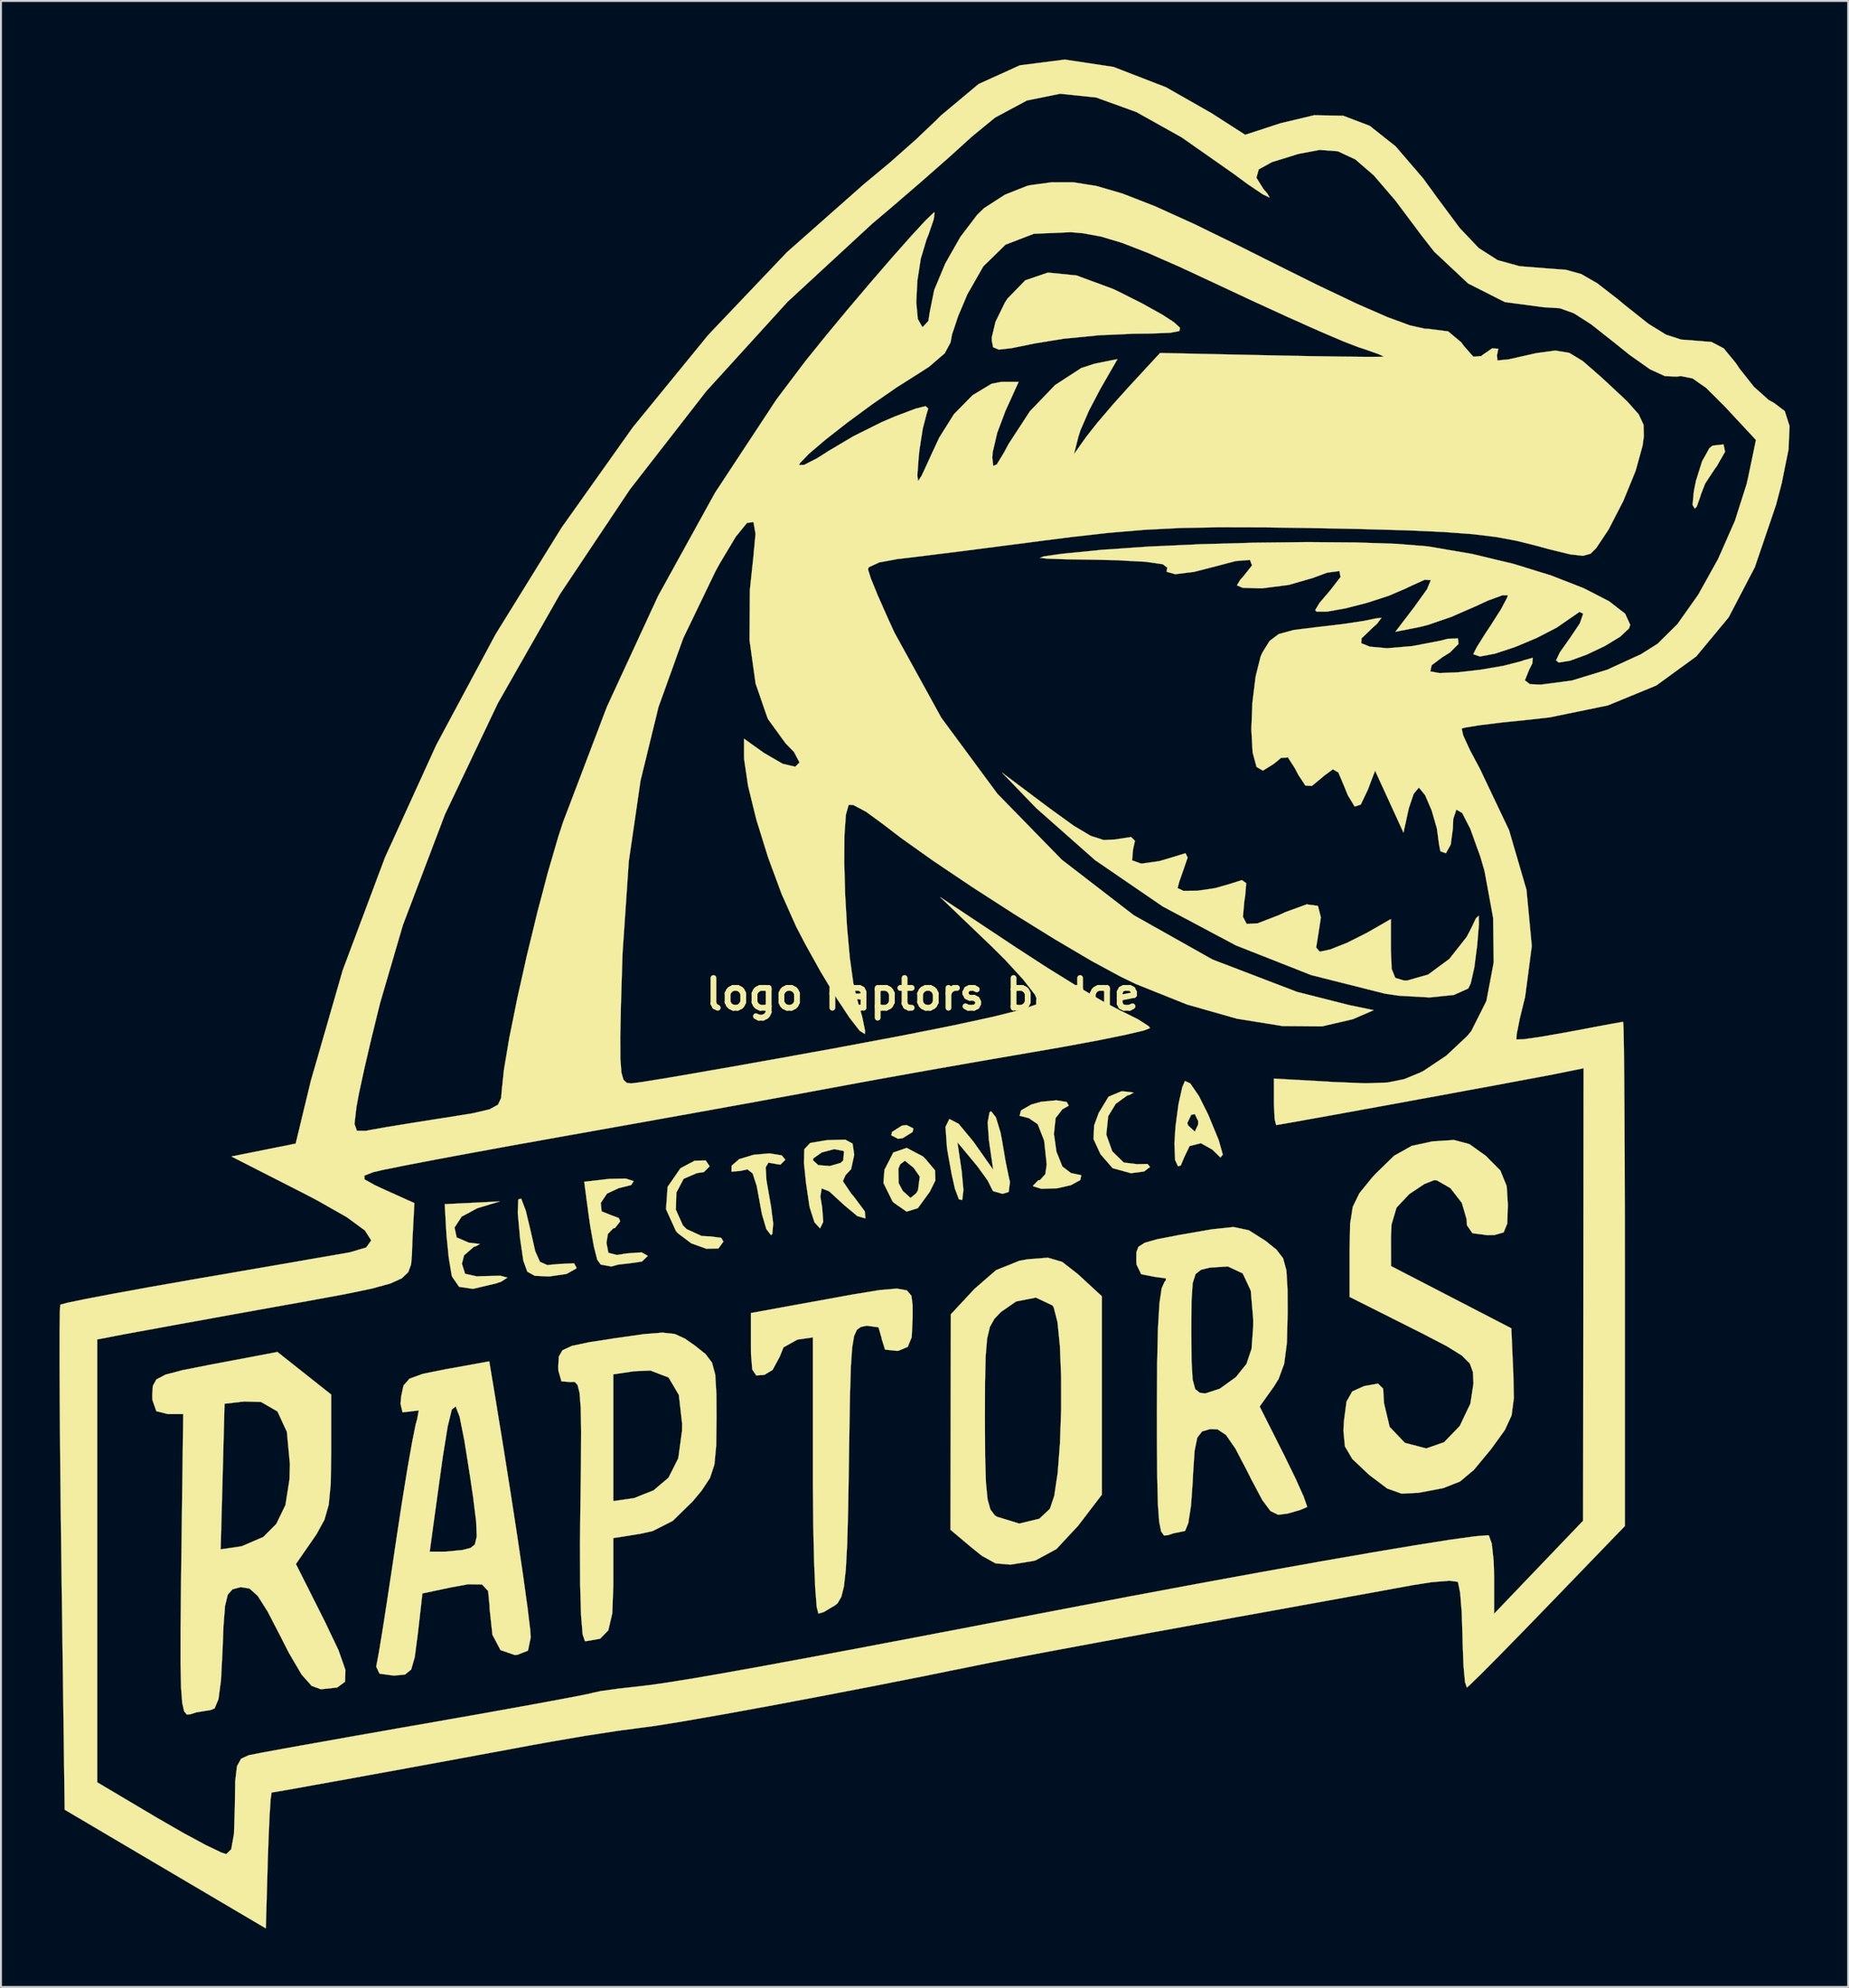
<source format=kicad_pcb>
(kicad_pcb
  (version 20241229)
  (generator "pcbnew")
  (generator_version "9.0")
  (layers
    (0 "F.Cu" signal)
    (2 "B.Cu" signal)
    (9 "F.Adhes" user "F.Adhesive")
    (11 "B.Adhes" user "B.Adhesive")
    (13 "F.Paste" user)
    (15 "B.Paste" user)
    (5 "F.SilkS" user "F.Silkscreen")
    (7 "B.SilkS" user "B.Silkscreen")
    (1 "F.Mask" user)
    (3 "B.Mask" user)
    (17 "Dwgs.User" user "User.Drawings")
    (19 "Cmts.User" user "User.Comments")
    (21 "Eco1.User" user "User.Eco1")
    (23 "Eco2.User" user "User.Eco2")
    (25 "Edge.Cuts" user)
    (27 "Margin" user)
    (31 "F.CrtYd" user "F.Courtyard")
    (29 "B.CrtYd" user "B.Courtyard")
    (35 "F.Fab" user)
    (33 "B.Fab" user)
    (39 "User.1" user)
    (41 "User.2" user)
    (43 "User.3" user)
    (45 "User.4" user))
  (footprint "logo raptors badge"
    (layer "F.Cu")
    (at 44.268 47.924)
    (property "Reference" "logo raptors badge" (at 0 0 0) (layer "F.SilkS") (effects (font (size 1.524 1.524) (thickness 0.3))))
    (attr through_hole)
    (fp_poly (pts (xy -0.492 6.879) (xy -0.529 7.056) (xy -1.038 7.377) (xy -1.276 7.408) (xy -1.625 7.232) (xy -1.587 7.056) (xy -1.079 6.734) (xy -0.84 6.703) (xy -0.492 6.879)) (stroke (width 0.01) (type solid)) (fill yes) (layer "F.SilkS"))
    (fp_poly (pts (xy 41.119 -27.814) (xy 40.697 -27.072) (xy 40.61 -26.959) (xy 40.098 -26.182) (xy 39.865 -25.579) (xy 39.864 -25.55) (xy 39.664 -24.993) (xy 39.563 -24.903) (xy 39.457 -25.094) (xy 39.522 -25.789) (xy 39.63 -26.33) (xy 39.945 -27.327) (xy 40.316 -27.996) (xy 40.476 -28.127) (xy 41.042 -28.191) (xy 41.119 -27.814)) (stroke (width 0.01) (type solid)) (fill yes) (layer "F.SilkS"))
    (fp_poly (pts (xy -20.363 11.093) (xy -20.127 12.08) (xy -19.881 13.166) (xy -19.636 13.714) (xy -19.261 13.881) (xy -18.635 13.824) (xy -17.887 13.792) (xy -17.761 14.018) (xy -17.786 14.064) (xy -18.278 14.337) (xy -19.141 14.463) (xy -19.222 14.464) (xy -19.901 14.432) (xy -20.282 14.222) (xy -20.488 13.663) (xy -20.645 12.584) (xy -20.655 12.507) (xy -20.773 11.202) (xy -20.746 10.517) (xy -20.6 10.473) (xy -20.363 11.093)) (stroke (width 0.01) (type solid)) (fill yes) (layer "F.SilkS"))
    (fp_poly (pts (xy 10.302 4.98) (xy 10.796 5.037) (xy 10.616 5.147) (xy 10.475 5.186) (xy 9.879 5.618) (xy 9.496 6.251) (xy 9.397 7.192) (xy 9.707 8.055) (xy 10.295 8.626) (xy 10.966 8.709) (xy 11.512 8.699) (xy 11.642 8.852) (xy 11.337 9.083) (xy 10.659 9.172) (xy 9.721 8.912) (xy 9.103 8.2) (xy 8.744 7.424) (xy 8.775 6.723) (xy 9.01 6.083) (xy 9.515 5.248) (xy 10.16 4.979) (xy 10.302 4.98)) (stroke (width 0.01) (type solid)) (fill yes) (layer "F.SilkS"))
    (fp_poly (pts (xy -10.936 8.819) (xy -11.23 9.111) (xy -11.604 9.172) (xy -12.272 9.461) (xy -12.641 10.164) (xy -12.669 11.039) (xy -12.311 11.844) (xy -12.117 12.039) (xy -11.347 12.391) (xy -10.882 12.413) (xy -10.345 12.486) (xy -10.231 12.678) (xy -10.487 13.031) (xy -11.11 13.044) (xy -11.878 12.767) (xy -12.567 12.249) (xy -12.67 12.128) (xy -13.173 11.015) (xy -13.09 9.87) (xy -12.439 8.928) (xy -12.414 8.908) (xy -11.707 8.532) (xy -11.136 8.52) (xy -10.936 8.819)) (stroke (width 0.01) (type solid)) (fill yes) (layer "F.SilkS"))
    (fp_poly (pts (xy -7.242 8.258) (xy -7.056 8.483) (xy -7.311 8.737) (xy -7.585 8.692) (xy -7.924 8.631) (xy -8.066 8.873) (xy -8.024 9.542) (xy -7.809 10.767) (xy -7.793 10.848) (xy -7.677 11.754) (xy -7.723 12.287) (xy -7.792 12.347) (xy -8.03 12.037) (xy -8.256 11.268) (xy -8.302 11.024) (xy -8.524 9.821) (xy -8.732 9.183) (xy -8.999 8.976) (xy -9.383 9.058) (xy -9.817 9.091) (xy -9.81 8.787) (xy -9.421 8.45) (xy -8.685 8.23) (xy -7.869 8.156) (xy -7.242 8.258)) (stroke (width 0.01) (type solid)) (fill yes) (layer "F.SilkS"))
    (fp_poly (pts (xy 7.878 -36.85) (xy 9.736 -36.164) (xy 9.989 -36.046) (xy 11.217 -35.428) (xy 12.272 -34.841) (xy 12.876 -34.447) (xy 13.176 -34.171) (xy 13.145 -34.003) (xy 12.681 -33.914) (xy 11.68 -33.876) (xy 10.76 -33.865) (xy 9.029 -33.788) (xy 7.217 -33.609) (xy 5.733 -33.369) (xy 4.541 -33.124) (xy 3.882 -33.051) (xy 3.597 -33.172) (xy 3.529 -33.511) (xy 3.528 -33.682) (xy 3.72 -34.478) (xy 4.197 -35.454) (xy 4.333 -35.667) (xy 5.247 -36.605) (xy 6.405 -36.998) (xy 7.878 -36.85)) (stroke (width 0.01) (type solid)) (fill yes) (layer "F.SilkS"))
    (fp_poly (pts (xy -0.003 8.313) (xy 0.115 8.425) (xy 0.619 9.026) (xy 0.635 9.546) (xy 0.35 10.122) (xy -0.262 10.963) (xy -0.839 11.143) (xy -1.492 10.687) (xy -1.567 10.606) (xy -2.026 9.672) (xy -1.972 8.995) (xy -1.942 8.938) (xy -1.261 8.938) (xy -1.247 9.683) (xy -1.036 10.081) (xy -0.639 10.44) (xy -0.344 10.197) (xy -0.253 10.039) (xy -0.165 9.346) (xy -0.478 8.896) (xy -0.926 8.532) (xy -1.169 8.718) (xy -1.261 8.938) (xy -1.942 8.938) (xy -1.521 8.11) (xy -0.834 7.874) (xy -0.003 8.313)) (stroke (width 0.01) (type solid)) (fill yes) (layer "F.SilkS"))
    (fp_poly (pts (xy -22.842 10.964) (xy -23.649 11.396) (xy -24.016 11.956) (xy -23.907 12.464) (xy -23.285 12.734) (xy -23.195 12.741) (xy -22.718 12.801) (xy -22.919 12.916) (xy -23.019 12.943) (xy -23.527 13.382) (xy -23.636 13.811) (xy -23.475 14.327) (xy -22.869 14.462) (xy -22.666 14.453) (xy -21.665 14.429) (xy -21.305 14.524) (xy -21.612 14.726) (xy -21.872 14.817) (xy -23.066 15.102) (xy -23.78 14.998) (xy -24.139 14.48) (xy -24.167 14.376) (xy -24.313 13.496) (xy -24.426 12.361) (xy -24.438 12.171) (xy -24.518 10.76) (xy -21.696 10.62) (xy -22.842 10.964)) (stroke (width 0.01) (type solid)) (fill yes) (layer "F.SilkS"))
    (fp_poly (pts (xy 7.367 5.52) (xy 7.473 5.709) (xy 7.144 5.899) (xy 6.801 6.343) (xy 6.714 7.154) (xy 6.843 8.072) (xy 7.149 8.831) (xy 7.595 9.171) (xy 7.626 9.172) (xy 8.118 9.279) (xy 8.064 9.524) (xy 7.577 9.788) (xy 6.879 9.945) (xy 6.067 9.97) (xy 5.657 9.845) (xy 5.644 9.807) (xy 5.915 9.533) (xy 5.997 9.525) (xy 6.271 9.226) (xy 6.345 8.731) (xy 6.215 7.506) (xy 5.883 6.658) (xy 5.427 6.35) (xy 4.953 6.229) (xy 5.027 5.953) (xy 5.553 5.651) (xy 6.054 5.51) (xy 6.841 5.435) (xy 7.367 5.52)) (stroke (width 0.01) (type solid)) (fill yes) (layer "F.SilkS"))
    (fp_poly (pts (xy 13.708 4.573) (xy 14.147 5.216) (xy 14.626 6.176) (xy 15.163 7.48) (xy 15.372 8.218) (xy 15.252 8.369) (xy 14.841 7.967) (xy 14.248 7.634) (xy 13.667 7.781) (xy 13.406 8.328) (xy 13.217 8.773) (xy 13.078 8.819) (xy 12.928 8.499) (xy 12.892 7.656) (xy 12.947 6.791) (xy 12.972 6.6) (xy 13.549 6.6) (xy 13.597 6.727) (xy 13.938 7.04) (xy 14.104 6.684) (xy 14.111 6.506) (xy 13.938 6.142) (xy 13.753 6.177) (xy 13.549 6.6) (xy 12.972 6.6) (xy 13.1 5.634) (xy 13.293 4.764) (xy 13.432 4.446) (xy 13.708 4.573)) (stroke (width 0.01) (type solid)) (fill yes) (layer "F.SilkS"))
    (fp_poly (pts (xy -14.833 9.579) (xy -14.956 9.777) (xy -15.607 9.941) (xy -16.199 10.219) (xy -16.516 10.693) (xy -16.476 11.127) (xy -16.077 11.289) (xy -15.591 11.472) (xy -15.522 11.642) (xy -15.791 11.984) (xy -15.875 11.994) (xy -16.156 12.292) (xy -16.228 12.744) (xy -16.129 13.251) (xy -15.694 13.364) (xy -15.169 13.282) (xy -14.423 13.23) (xy -14.111 13.408) (xy -14.111 13.414) (xy -14.405 13.698) (xy -14.788 13.758) (xy -15.643 13.86) (xy -15.977 13.955) (xy -16.52 13.857) (xy -16.699 13.607) (xy -16.867 12.946) (xy -17.056 11.895) (xy -17.137 11.336) (xy -17.366 9.611) (xy -16.091 9.463) (xy -15.24 9.445) (xy -14.833 9.579)) (stroke (width 0.01) (type solid)) (fill yes) (layer "F.SilkS"))
    (fp_poly (pts (xy 3.74 6.31) (xy 3.978 7.097) (xy 4.052 7.497) (xy 4.239 8.586) (xy 4.418 9.454) (xy 4.459 9.613) (xy 4.394 10.135) (xy 4.081 10.231) (xy 3.595 10.092) (xy 3.526 9.966) (xy 3.319 9.548) (xy 2.807 8.841) (xy 2.646 8.643) (xy 1.767 7.585) (xy 1.987 9.084) (xy 2.072 10.037) (xy 2.013 10.543) (xy 1.846 10.513) (xy 1.637 9.966) (xy 1.474 9.234) (xy 1.281 8.172) (xy 1.229 7.849) (xy 1.154 6.797) (xy 1.353 6.393) (xy 1.826 6.638) (xy 2.57 7.534) (xy 2.67 7.673) (xy 3.601 8.996) (xy 3.384 7.497) (xy 3.318 6.574) (xy 3.414 6.049) (xy 3.493 5.997) (xy 3.74 6.31)) (stroke (width 0.01) (type solid)) (fill yes) (layer "F.SilkS"))
    (fp_poly (pts (xy -3.61 7.654) (xy -3.528 8.2) (xy -3.528 8.24) (xy -3.685 8.964) (xy -3.969 9.271) (xy -4.107 9.58) (xy -3.67 10.23) (xy -3.556 10.357) (xy -2.983 11.126) (xy -2.948 11.489) (xy -3.366 11.37) (xy -4.052 10.797) (xy -4.813 10.098) (xy -5.194 9.952) (xy -5.26 10.369) (xy -5.168 10.936) (xy -5.114 11.67) (xy -5.272 11.994) (xy -5.285 11.994) (xy -5.563 11.687) (xy -5.803 10.939) (xy -5.821 10.848) (xy -5.998 9.656) (xy -6.102 8.643) (xy -6.098 8.508) (xy -5.644 8.508) (xy -5.366 8.759) (xy -4.772 8.804) (xy -4.219 8.643) (xy -4.087 8.516) (xy -4.051 8.072) (xy -4.087 8.025) (xy -4.551 7.939) (xy -5.188 8.107) (xy -5.614 8.408) (xy -5.644 8.508) (xy -6.098 8.508) (xy -6.085 7.944) (xy -5.778 7.619) (xy -4.982 7.486) (xy -4.851 7.475) (xy -3.983 7.452) (xy -3.61 7.654)) (stroke (width 0.01) (type solid)) (fill yes) (layer "F.SilkS"))
    (fp_poly (pts (xy 7.14 13.72) (xy 7.941 14.346) (xy 8.026 14.424) (xy 9.172 15.482) (xy 9.172 25.651) (xy 7.958 27.241) (xy 6.841 28.441) (xy 5.772 29.02) (xy 5.621 29.056) (xy 4.482 29.239) (xy 3.718 29.173) (xy 3.023 28.79) (xy 2.497 28.367) (xy 1.411 27.454) (xy 1.421 21.929) (xy 1.421 21.74) (xy 3.175 21.74) (xy 3.185 23.672) (xy 3.226 25.016) (xy 3.312 25.891) (xy 3.457 26.414) (xy 3.676 26.703) (xy 3.792 26.783) (xy 4.936 27.135) (xy 5.964 26.887) (xy 6.506 26.38) (xy 6.733 25.709) (xy 6.907 24.529) (xy 7.024 23.006) (xy 7.084 21.307) (xy 7.083 19.596) (xy 7.021 18.039) (xy 6.896 16.803) (xy 6.704 16.052) (xy 6.632 15.946) (xy 5.789 15.549) (xy 4.777 15.746) (xy 3.991 16.289) (xy 3.66 16.64) (xy 3.432 17.048) (xy 3.29 17.643) (xy 3.213 18.556) (xy 3.181 19.92) (xy 3.175 21.74) (xy 1.421 21.74) (xy 1.43 16.404) (xy 2.638 15.105) (xy 3.746 14.143) (xy 4.936 13.663) (xy 5.362 13.586) (xy 6.402 13.505) (xy 7.14 13.72)) (stroke (width 0.01) (type solid)) (fill yes) (layer "F.SilkS"))
    (fp_poly (pts (xy -0.825 15.18) (xy -0.592 15.457) (xy -0.529 15.937) (xy -0.529 16.581) (xy -0.577 17.58) (xy -0.781 18.075) (xy -1.236 18.267) (xy -1.323 18.281) (xy -1.942 18.216) (xy -2.116 17.67) (xy -2.117 17.639) (xy -2.278 17.073) (xy -2.877 16.992) (xy -2.91 16.997) (xy -3.183 17.053) (xy -3.386 17.197) (xy -3.532 17.521) (xy -3.632 18.119) (xy -3.698 19.086) (xy -3.742 20.515) (xy -3.776 22.499) (xy -3.797 23.989) (xy -3.836 26.399) (xy -3.885 28.199) (xy -3.955 29.484) (xy -4.052 30.35) (xy -4.187 30.892) (xy -4.368 31.206) (xy -4.481 31.309) (xy -5.09 31.671) (xy -5.359 31.75) (xy -5.446 31.415) (xy -5.522 30.48) (xy -5.583 29.05) (xy -5.625 27.23) (xy -5.644 25.127) (xy -5.644 24.67) (xy -5.644 17.59) (xy -6.438 17.703) (xy -7.151 18.1) (xy -7.34 18.573) (xy -7.711 19.26) (xy -8.134 19.51) (xy -8.549 19.538) (xy -8.752 19.233) (xy -8.816 18.436) (xy -8.819 18.014) (xy -8.819 16.339) (xy -5.556 15.745) (xy -3.593 15.388) (xy -2.22 15.163) (xy -1.332 15.088) (xy -0.825 15.18)) (stroke (width 0.01) (type solid)) (fill yes) (layer "F.SilkS"))
    (fp_poly (pts (xy -12.723 17.416) (xy -12.205 17.652) (xy -11.694 18.009) (xy -11.145 18.446) (xy -10.816 18.882) (xy -10.649 19.5) (xy -10.59 20.487) (xy -10.583 21.699) (xy -10.6 23.144) (xy -10.691 24.103) (xy -10.92 24.797) (xy -11.348 25.445) (xy -11.805 25.995) (xy -12.826 26.995) (xy -13.853 27.516) (xy -14.451 27.65) (xy -15.875 27.878) (xy -15.875 30.305) (xy -15.928 31.741) (xy -16.132 32.608) (xy -16.553 33.038) (xy -17.259 33.161) (xy -17.33 33.161) (xy -17.446 32.819) (xy -17.529 31.833) (xy -17.575 30.263) (xy -17.584 28.172) (xy -17.565 26.44) (xy -17.534 24.106) (xy -17.525 22.388) (xy -17.546 21.195) (xy -17.605 20.437) (xy -17.708 20.025) (xy -17.861 19.869) (xy -18.074 19.879) (xy -18.08 19.88) (xy -18.534 19.841) (xy -18.637 19.483) (xy -15.875 19.483) (xy -15.875 25.983) (xy -14.81 25.827) (xy -13.817 25.434) (xy -13.046 24.782) (xy -12.544 23.787) (xy -12.353 22.382) (xy -12.347 22.021) (xy -12.514 20.541) (xy -13.041 19.646) (xy -13.97 19.29) (xy -14.809 19.326) (xy -15.875 19.483) (xy -18.637 19.483) (xy -18.692 19.295) (xy -18.697 19.054) (xy -18.667 18.569) (xy -18.483 18.249) (xy -18.008 18.027) (xy -17.102 17.836) (xy -15.751 17.626) (xy -14.302 17.422) (xy -13.357 17.346) (xy -12.723 17.416)) (stroke (width 0.01) (type solid)) (fill yes) (layer "F.SilkS"))
    (fp_poly (pts (xy -22.054 19.905) (xy -21.597 22.693) (xy -21.176 25.337) (xy -20.805 27.74) (xy -20.5 29.807) (xy -20.273 31.441) (xy -20.139 32.546) (xy -20.108 32.963) (xy -20.249 33.648) (xy -20.795 33.863) (xy -20.949 33.867) (xy -21.658 33.62) (xy -22.071 32.839) (xy -22.219 31.46) (xy -22.22 31.33) (xy -22.293 30.592) (xy -22.608 30.255) (xy -23.324 30.246) (xy -24.209 30.409) (xy -25.664 30.716) (xy -25.902 32.82) (xy -26.055 33.987) (xy -26.239 34.617) (xy -26.554 34.874) (xy -27.096 34.925) (xy -27.148 34.925) (xy -27.861 34.829) (xy -28.03 34.469) (xy -28 34.308) (xy -27.897 33.76) (xy -27.714 32.648) (xy -27.473 31.105) (xy -27.195 29.265) (xy -27.093 28.575) (xy -25.289 28.575) (xy -24.491 28.575) (xy -23.621 28.492) (xy -23.193 28.383) (xy -22.973 28.206) (xy -22.877 27.805) (xy -22.905 27.049) (xy -23.058 25.808) (xy -23.211 24.767) (xy -23.512 22.869) (xy -23.754 21.655) (xy -23.96 21.129) (xy -24.156 21.292) (xy -24.366 22.148) (xy -24.615 23.7) (xy -24.793 24.966) (xy -25.289 28.575) (xy -27.093 28.575) (xy -27.014 28.046) (xy -26.717 26.089) (xy -26.434 24.347) (xy -26.189 22.953) (xy -26.004 22.042) (xy -25.93 21.78) (xy -25.849 21.337) (xy -26.251 21.38) (xy -26.271 21.388) (xy -26.683 21.428) (xy -26.783 20.995) (xy -26.751 20.614) (xy -26.632 20.056) (xy -26.323 19.706) (xy -25.655 19.461) (xy -24.461 19.22) (xy -24.434 19.215) (xy -22.234 18.819) (xy -22.054 19.905)) (stroke (width 0.01) (type solid)) (fill yes) (layer "F.SilkS"))
    (fp_poly (pts (xy -30.339 20.52) (xy -30.339 23.559) (xy -30.363 25.111) (xy -30.465 26.171) (xy -30.69 26.95) (xy -31.081 27.661) (xy -31.243 27.902) (xy -32.148 29.207) (xy -30.685 32.115) (xy -29.962 33.631) (xy -29.609 34.641) (xy -29.63 35.244) (xy -30.031 35.539) (xy -30.817 35.624) (xy -30.879 35.625) (xy -31.341 35.455) (xy -31.856 34.874) (xy -32.498 33.781) (xy -32.916 32.961) (xy -33.602 31.634) (xy -34.107 30.841) (xy -34.527 30.466) (xy -34.956 30.396) (xy -35.022 30.404) (xy -35.401 30.507) (xy -35.641 30.779) (xy -35.782 31.363) (xy -35.863 32.4) (xy -35.909 33.602) (xy -35.99 35.173) (xy -36.118 36.141) (xy -36.315 36.607) (xy -36.497 36.689) (xy -37.255 36.812) (xy -37.555 36.908) (xy -37.741 36.925) (xy -37.879 36.759) (xy -37.975 36.328) (xy -38.034 35.55) (xy -38.061 34.342) (xy -38.06 32.622) (xy -38.038 30.309) (xy -38.025 29.323) (xy -38.014 28.456) (xy -36.006 28.456) (xy -34.931 28.298) (xy -33.817 27.82) (xy -33.156 27.157) (xy -32.684 26.186) (xy -32.477 24.867) (xy -32.456 24.077) (xy -32.61 22.433) (xy -33.093 21.387) (xy -33.935 20.9) (xy -34.806 20.876) (xy -35.807 20.99) (xy -35.906 24.723) (xy -36.006 28.456) (xy -38.014 28.456) (xy -37.924 21.519) (xy -38.717 21.519) (xy -39.305 21.371) (xy -39.504 20.795) (xy -39.511 20.535) (xy -39.48 20.068) (xy -39.301 19.745) (xy -38.84 19.501) (xy -37.966 19.271) (xy -36.548 18.99) (xy -36.303 18.944) (xy -33.095 18.337) (xy -30.339 20.52)) (stroke (width 0.01) (type solid)) (fill yes) (layer "F.SilkS"))
    (fp_poly (pts (xy 6.481 -9.543) (xy 7.73 -8.64) (xy 8.602 -8.121) (xy 9.258 -7.91) (xy 9.859 -7.935) (xy 9.956 -7.955) (xy 10.669 -8.062) (xy 10.868 -7.868) (xy 10.771 -7.444) (xy 10.719 -6.869) (xy 11.172 -6.704) (xy 11.242 -6.703) (xy 12.122 -6.829) (xy 12.839 -7.041) (xy 13.46 -7.232) (xy 13.568 -7.01) (xy 13.391 -6.489) (xy 13.141 -5.779) (xy 13.053 -5.445) (xy 13.353 -5.303) (xy 14.083 -5.31) (xy 14.988 -5.445) (xy 15.723 -5.654) (xy 16.349 -5.855) (xy 16.571 -5.696) (xy 16.515 -5.028) (xy 16.474 -4.772) (xy 16.403 -3.974) (xy 16.595 -3.606) (xy 17.159 -3.638) (xy 18.204 -4.042) (xy 18.601 -4.22) (xy 19.672 -4.611) (xy 20.248 -4.533) (xy 20.399 -3.942) (xy 20.275 -3.131) (xy 20.158 -2.398) (xy 20.342 -2.182) (xy 20.866 -2.294) (xy 21.746 -2.642) (xy 22.765 -3.155) (xy 22.842 -3.199) (xy 23.989 -3.857) (xy 23.989 -2.281) (xy 24.028 -1.304) (xy 24.212 -0.843) (xy 24.641 -0.71) (xy 24.823 -0.706) (xy 25.898 -1.011) (xy 26.986 -1.814) (xy 27.876 -2.944) (xy 28.063 -3.3) (xy 28.357 -3.906) (xy 28.493 -4.029) (xy 28.501 -3.598) (xy 28.415 -2.539) (xy 28.411 -2.496) (xy 28.267 -1.378) (xy 28.08 -0.558) (xy 27.956 -0.298) (xy 27.215 0.034) (xy 25.973 0.162) (xy 24.407 0.074) (xy 23.694 -0.03) (xy 19.903 -0.985) (xy 16.044 -2.507) (xy 12.292 -4.503) (xy 8.824 -6.877) (xy 5.816 -9.537) (xy 5.644 -9.713) (xy 4.057 -11.361) (xy 6.481 -9.543)) (stroke (width 0.01) (type solid)) (fill yes) (layer "F.SilkS"))
    (fp_poly (pts (xy 28.011 7.679) (xy 28.839 8.27) (xy 28.855 8.284) (xy 29.601 9.036) (xy 29.925 9.83) (xy 29.986 10.791) (xy 29.954 11.755) (xy 29.769 12.207) (xy 29.301 12.34) (xy 28.928 12.347) (xy 28.168 12.249) (xy 27.891 11.845) (xy 27.869 11.52) (xy 27.623 10.689) (xy 27.037 9.936) (xy 26.342 9.538) (xy 26.214 9.525) (xy 25.706 9.726) (xy 24.971 10.216) (xy 24.918 10.256) (xy 24.277 10.937) (xy 24.02 11.809) (xy 23.994 12.461) (xy 23.999 13.935) (xy 27.081 15.529) (xy 30.163 17.124) (xy 30.265 19.422) (xy 30.293 20.712) (xy 30.177 21.589) (xy 29.83 22.342) (xy 29.166 23.262) (xy 29.08 23.372) (xy 28.242 24.384) (xy 27.531 24.978) (xy 26.675 25.315) (xy 25.403 25.558) (xy 25.4 25.558) (xy 24.537 25.601) (xy 23.797 25.334) (xy 22.893 24.651) (xy 22.819 24.587) (xy 22.009 23.82) (xy 21.633 23.179) (xy 21.557 22.37) (xy 21.584 21.876) (xy 21.715 20.88) (xy 22.008 20.361) (xy 22.601 20.092) (xy 22.666 20.074) (xy 23.329 19.958) (xy 23.591 20.214) (xy 23.636 20.966) (xy 23.925 22.178) (xy 24.706 22.996) (xy 25.802 23.283) (xy 26.717 22.963) (xy 27.518 22.133) (xy 28.064 20.987) (xy 28.222 19.95) (xy 28.195 19.371) (xy 28.036 18.93) (xy 27.63 18.522) (xy 26.863 18.046) (xy 25.617 17.397) (xy 25.047 17.11) (xy 21.872 15.515) (xy 21.872 13.095) (xy 21.898 11.774) (xy 22.034 10.898) (xy 22.37 10.205) (xy 22.994 9.434) (xy 23.195 9.211) (xy 24.159 8.273) (xy 25.061 7.77) (xy 26.121 7.54) (xy 27.226 7.469) (xy 28.011 7.679)) (stroke (width 0.01) (type solid)) (fill yes) (layer "F.SilkS"))
    (fp_poly (pts (xy 16.705 12.098) (xy 17.548 12.631) (xy 17.551 12.632) (xy 18.121 13.09) (xy 18.462 13.534) (xy 18.632 14.154) (xy 18.691 15.14) (xy 18.697 16.303) (xy 18.658 17.873) (xy 18.517 18.943) (xy 18.234 19.717) (xy 17.979 20.126) (xy 17.261 21.134) (xy 18.531 23.656) (xy 19.109 24.842) (xy 19.519 25.759) (xy 19.692 26.25) (xy 19.689 26.289) (xy 19.301 26.45) (xy 18.692 26.623) (xy 18.208 26.682) (xy 17.816 26.492) (xy 17.399 25.932) (xy 16.84 24.881) (xy 16.656 24.512) (xy 16.015 23.284) (xy 15.532 22.588) (xy 15.102 22.303) (xy 14.72 22.29) (xy 14.31 22.409) (xy 14.063 22.728) (xy 13.926 23.402) (xy 13.847 24.588) (xy 13.831 24.959) (xy 13.742 26.2) (xy 13.602 27.109) (xy 13.44 27.511) (xy 13.419 27.517) (xy 12.844 27.632) (xy 12.552 27.731) (xy 12.355 27.742) (xy 12.21 27.541) (xy 12.11 27.042) (xy 12.046 26.155) (xy 12.011 24.792) (xy 11.996 22.865) (xy 11.994 21.41) (xy 12.007 18.942) (xy 12.044 17.327) (xy 13.758 17.327) (xy 13.77 18.823) (xy 13.825 19.749) (xy 13.956 20.24) (xy 14.193 20.432) (xy 14.48 20.461) (xy 15.216 20.222) (xy 16.02 19.642) (xy 16.067 19.595) (xy 16.585 18.949) (xy 16.847 18.177) (xy 16.931 17.021) (xy 16.933 16.681) (xy 16.807 15.195) (xy 16.392 14.308) (xy 15.632 13.953) (xy 14.704 14.013) (xy 14.254 14.123) (xy 13.976 14.341) (xy 13.828 14.811) (xy 13.769 15.677) (xy 13.758 17.084) (xy 13.758 17.327) (xy 12.044 17.327) (xy 12.049 17.11) (xy 12.124 15.843) (xy 12.237 15.071) (xy 12.393 14.724) (xy 12.435 14.698) (xy 12.465 14.565) (xy 11.923 14.492) (xy 11.906 14.492) (xy 11.187 14.348) (xy 10.946 13.846) (xy 10.936 13.598) (xy 10.944 13.213) (xy 11.048 12.943) (xy 11.368 12.739) (xy 12.023 12.554) (xy 13.134 12.339) (xy 14.817 12.048) (xy 15.916 11.93) (xy 16.705 12.098)) (stroke (width 0.01) (type solid)) (fill yes) (layer "F.SilkS"))
    (fp_poly (pts (xy 22.181 -23.164) (xy 24.277 -23.093) (xy 25.838 -22.966) (xy 25.928 -22.955) (xy 28.138 -22.578) (xy 30.263 -22.07) (xy 32.207 -21.47) (xy 33.875 -20.818) (xy 35.17 -20.153) (xy 35.996 -19.514) (xy 36.259 -18.94) (xy 36.194 -18.753) (xy 35.732 -18.324) (xy 34.943 -17.848) (xy 34.026 -17.413) (xy 33.178 -17.104) (xy 32.597 -17.009) (xy 32.456 -17.119) (xy 32.653 -17.531) (xy 33.131 -18.21) (xy 33.161 -18.248) (xy 33.677 -19.019) (xy 33.847 -19.51) (xy 33.661 -19.606) (xy 33.249 -19.324) (xy 32.483 -18.795) (xy 31.456 -18.265) (xy 30.343 -17.799) (xy 29.317 -17.462) (xy 28.553 -17.318) (xy 28.224 -17.432) (xy 28.222 -17.456) (xy 28.402 -17.813) (xy 28.857 -18.536) (xy 29.104 -18.907) (xy 29.639 -19.747) (xy 29.952 -20.339) (xy 29.986 -20.456) (xy 29.704 -20.456) (xy 28.977 -20.189) (xy 28.31 -19.882) (xy 27.077 -19.346) (xy 25.875 -18.933) (xy 25.427 -18.822) (xy 24.22 -18.585) (xy 25.163 -19.821) (xy 25.843 -20.768) (xy 26.036 -21.232) (xy 25.725 -21.254) (xy 24.894 -20.876) (xy 24.769 -20.812) (xy 23.873 -20.429) (xy 22.772 -20.071) (xy 21.66 -19.786) (xy 20.732 -19.619) (xy 20.181 -19.618) (xy 20.108 -19.69) (xy 20.325 -20.058) (xy 20.85 -20.676) (xy 20.874 -20.702) (xy 21.407 -21.393) (xy 21.352 -21.699) (xy 20.718 -21.615) (xy 19.997 -21.348) (xy 18.751 -20.987) (xy 17.407 -20.816) (xy 17.272 -20.814) (xy 16.388 -20.84) (xy 16.094 -20.966) (xy 16.276 -21.263) (xy 16.379 -21.368) (xy 16.872 -21.989) (xy 16.762 -22.269) (xy 16.04 -22.213) (xy 15.29 -22.014) (xy 13.891 -21.655) (xy 12.931 -21.536) (xy 12.492 -21.662) (xy 12.524 -21.872) (xy 12.298 -22.046) (xy 11.408 -22.175) (xy 9.896 -22.256) (xy 8.928 -22.277) (xy 7.313 -22.303) (xy 6.353 -22.335) (xy 5.999 -22.38) (xy 6.202 -22.45) (xy 6.912 -22.553) (xy 7.232 -22.594) (xy 9.218 -22.792) (xy 11.617 -22.954) (xy 14.27 -23.075) (xy 17.02 -23.152) (xy 19.71 -23.183) (xy 22.181 -23.164)) (stroke (width 0.01) (type solid)) (fill yes) (layer "F.SilkS"))
    (fp_poly (pts (xy 9.765 -47.543) (xy 12.464 -46.498) (xy 14.775 -45.182) (xy 16.519 -44.063) (xy 18.325 -44.654) (xy 20.054 -45.066) (xy 21.544 -45.04) (xy 22.902 -44.524) (xy 24.235 -43.467) (xy 25.648 -41.82) (xy 26.368 -40.83) (xy 27.516 -39.285) (xy 28.493 -38.256) (xy 29.461 -37.638) (xy 30.584 -37.326) (xy 31.979 -37.216) (xy 32.96 -37.143) (xy 33.751 -36.922) (xy 34.567 -36.452) (xy 35.625 -35.632) (xy 35.978 -35.338) (xy 37.189 -34.377) (xy 38.091 -33.818) (xy 38.872 -33.564) (xy 39.537 -33.514) (xy 40.43 -33.441) (xy 41.053 -33.113) (xy 41.667 -32.368) (xy 41.87 -32.067) (xy 42.603 -31.141) (xy 43.355 -30.469) (xy 43.638 -30.312) (xy 44.181 -29.899) (xy 44.426 -29.133) (xy 44.374 -27.931) (xy 44.027 -26.211) (xy 43.735 -25.097) (xy 42.648 -21.899) (xy 41.304 -19.324) (xy 39.641 -17.32) (xy 37.598 -15.833) (xy 35.113 -14.81) (xy 32.126 -14.196) (xy 31.147 -14.087) (xy 29.68 -13.935) (xy 28.502 -13.789) (xy 27.771 -13.67) (xy 27.615 -13.621) (xy 27.698 -13.265) (xy 28.06 -12.48) (xy 28.548 -11.568) (xy 30.046 -8.415) (xy 30.938 -5.364) (xy 31.213 -2.479) (xy 30.869 0.138) (xy 30.596 1.246) (xy 30.438 2.039) (xy 30.423 2.318) (xy 30.792 2.305) (xy 31.676 2.179) (xy 32.899 1.966) (xy 33.165 1.916) (xy 34.434 1.676) (xy 35.395 1.498) (xy 35.873 1.414) (xy 35.895 1.412) (xy 35.915 1.751) (xy 35.934 2.718) (xy 35.95 4.235) (xy 35.964 6.223) (xy 35.974 8.605) (xy 35.981 11.302) (xy 35.983 14.237) (xy 35.983 14.336) (xy 35.983 27.262) (xy 32.029 31.358) (xy 30.684 32.745) (xy 29.51 33.943) (xy 28.596 34.862) (xy 28.028 35.416) (xy 27.884 35.54) (xy 27.789 35.258) (xy 27.712 34.437) (xy 27.666 33.24) (xy 27.662 32.98) (xy 27.62 31.678) (xy 27.538 30.669) (xy 27.432 30.145) (xy 27.415 30.12) (xy 26.979 30.064) (xy 26.071 30.139) (xy 25.153 30.283) (xy 24.235 30.451) (xy 22.745 30.723) (xy 20.806 31.074) (xy 18.542 31.485) (xy 16.076 31.931) (xy 14.287 32.254) (xy 11.708 32.723) (xy 9.204 33.183) (xy 6.908 33.609) (xy 4.953 33.977) (xy 3.473 34.262) (xy 2.822 34.392) (xy 0.088 34.947) (xy -2.712 35.5) (xy -5.467 36.03) (xy -8.062 36.518) (xy -10.387 36.941) (xy -12.329 37.279) (xy -13.775 37.512) (xy -14.464 37.604) (xy -15.663 37.761) (xy -17.294 38.013) (xy -19.097 38.32) (xy -20.108 38.504) (xy -21.864 38.83) (xy -23.827 39.193) (xy -25.878 39.57) (xy -27.898 39.939) (xy -29.766 40.279) (xy -31.364 40.567) (xy -32.573 40.783) (xy -33.271 40.904) (xy -33.395 40.922) (xy -33.444 41.25) (xy -33.501 42.133) (xy -33.557 43.42) (xy -33.59 44.405) (xy -33.69 47.887) (xy -38.846 44.846) (xy -44.002 41.804) (xy -44.173 28.928) (xy -44.209 25.986) (xy -44.236 23.272) (xy -44.254 20.867) (xy -44.263 18.849) (xy -44.262 17.695) (xy -42.333 17.695) (xy -42.333 40.399) (xy -39.247 42.23) (xy -37.905 43.003) (xy -36.764 43.618) (xy -35.974 43.997) (xy -35.719 44.079) (xy -35.464 43.834) (xy -35.321 43.028) (xy -35.278 41.634) (xy -35.259 40.334) (xy -35.168 39.574) (xy -34.957 39.189) (xy -34.575 39.015) (xy -34.484 38.993) (xy -33.921 38.883) (xy -32.771 38.672) (xy -31.141 38.38) (xy -29.14 38.024) (xy -26.875 37.625) (xy -25.404 37.368) (xy -23.075 36.958) (xy -20.983 36.584) (xy -19.228 36.264) (xy -17.907 36.017) (xy -17.119 35.859) (xy -16.938 35.813) (xy -16.517 35.722) (xy -15.607 35.596) (xy -14.64 35.488) (xy -13.9 35.399) (xy -12.929 35.257) (xy -11.673 35.053) (xy -10.077 34.776) (xy -8.086 34.417) (xy -5.645 33.965) (xy -2.699 33.41) (xy 0.806 32.743) (xy 4.925 31.954) (xy 6.879 31.578) (xy 10.53 30.882) (xy 14.034 30.227) (xy 17.325 29.624) (xy 20.338 29.084) (xy 23.008 28.619) (xy 25.269 28.24) (xy 27.055 27.959) (xy 28.302 27.786) (xy 28.944 27.734) (xy 29.012 27.745) (xy 29.161 28.162) (xy 29.258 29.058) (xy 29.281 29.834) (xy 29.281 31.756) (xy 33.843 26.988) (xy 33.855 15.39) (xy 33.867 3.792) (xy 32.72 4.026) (xy 32.031 4.16) (xy 30.84 4.384) (xy 29.271 4.676) (xy 27.45 5.012) (xy 25.503 5.37) (xy 23.553 5.727) (xy 21.727 6.059) (xy 20.149 6.345) (xy 18.944 6.56) (xy 18.237 6.683) (xy 18.106 6.703) (xy 18.029 6.393) (xy 17.992 5.635) (xy 17.992 5.512) (xy 17.992 4.322) (xy 21.093 4.499) (xy 22.694 4.564) (xy 23.813 4.524) (xy 24.669 4.351) (xy 25.482 4.017) (xy 25.659 3.929) (xy 26.832 3.144) (xy 27.906 2.135) (xy 28.11 1.888) (xy 28.885 0.345) (xy 29.261 -1.637) (xy 29.232 -3.91) (xy 28.789 -6.326) (xy 28.57 -7.071) (xy 28.059 -8.488) (xy 27.644 -9.295) (xy 27.346 -9.47) (xy 27.186 -8.993) (xy 27.164 -8.487) (xy 27.055 -7.673) (xy 26.811 -7.232) (xy 26.527 -7.332) (xy 26.458 -7.688) (xy 26.348 -8.501) (xy 26.08 -9.425) (xy 25.747 -10.203) (xy 25.442 -10.578) (xy 25.41 -10.583) (xy 25.157 -10.278) (xy 24.907 -9.533) (xy 24.885 -9.437) (xy 24.634 -8.29) (xy 23.179 -11.465) (xy 22.81 -10.495) (xy 22.447 -9.729) (xy 22.133 -9.626) (xy 21.784 -10.197) (xy 21.604 -10.645) (xy 21.293 -11.377) (xy 21.013 -11.533) (xy 20.555 -11.197) (xy 20.466 -11.117) (xy 19.938 -10.683) (xy 19.606 -10.7) (xy 19.249 -11.241) (xy 19.07 -11.583) (xy 18.711 -12.143) (xy 18.358 -12.121) (xy 17.999 -11.824) (xy 17.429 -11.466) (xy 17.101 -11.656) (xy 16.901 -12.397) (xy 16.836 -13.581) (xy 16.89 -14.961) (xy 17.053 -16.288) (xy 17.311 -17.316) (xy 17.401 -17.521) (xy 17.768 -18.112) (xy 18.235 -18.466) (xy 19.005 -18.676) (xy 20.263 -18.833) (xy 21.557 -18.985) (xy 22.63 -19.146) (xy 23.191 -19.265) (xy 23.508 -19.302) (xy 23.287 -19.006) (xy 23.012 -18.753) (xy 22.484 -18.247) (xy 22.47 -17.999) (xy 22.908 -17.822) (xy 23.79 -17.74) (xy 25.085 -17.851) (xy 26.538 -18.129) (xy 26.899 -18.223) (xy 27.429 -18.243) (xy 27.453 -17.96) (xy 27.011 -17.519) (xy 26.628 -17.282) (xy 26.078 -16.871) (xy 26.01 -16.554) (xy 26.484 -16.469) (xy 27.417 -16.506) (xy 28.578 -16.638) (xy 29.739 -16.836) (xy 30.667 -17.074) (xy 30.821 -17.13) (xy 31.266 -17.249) (xy 31.239 -16.961) (xy 31.073 -16.634) (xy 30.857 -16.096) (xy 31.115 -15.899) (xy 31.674 -15.875) (xy 33.267 -16.085) (xy 35.084 -16.641) (xy 36.81 -17.434) (xy 37.657 -17.967) (xy 38.679 -18.979) (xy 39.75 -20.493) (xy 40.766 -22.321) (xy 41.627 -24.276) (xy 42.23 -26.169) (xy 42.314 -26.541) (xy 42.704 -28.419) (xy 41.114 -30.127) (xy 40.155 -31.085) (xy 39.456 -31.574) (xy 38.857 -31.693) (xy 38.643 -31.666) (xy 38.038 -31.692) (xy 37.279 -32.038) (xy 36.234 -32.775) (xy 35.474 -33.386) (xy 34.257 -34.347) (xy 33.372 -34.913) (xy 32.639 -35.175) (xy 31.878 -35.222) (xy 31.848 -35.221) (xy 29.834 -35.487) (xy 27.949 -36.441) (xy 26.205 -38.076) (xy 25.589 -38.865) (xy 24.219 -40.695) (xy 23.109 -41.987) (xy 22.161 -42.805) (xy 21.271 -43.217) (xy 20.34 -43.289) (xy 19.266 -43.087) (xy 19.186 -43.065) (xy 17.889 -42.662) (xy 17.215 -42.292) (xy 17.094 -41.863) (xy 17.454 -41.283) (xy 17.648 -41.063) (xy 17.774 -40.843) (xy 17.416 -41.015) (xy 16.646 -41.535) (xy 15.934 -42.06) (xy 13.267 -43.929) (xy 10.939 -45.231) (xy 8.884 -45.974) (xy 7.036 -46.168) (xy 5.328 -45.822) (xy 3.695 -44.945) (xy 2.504 -43.969) (xy 1.372 -42.942) (xy -0.083 -41.662) (xy -1.639 -40.322) (xy -2.581 -39.527) (xy -6.937 -35.506) (xy -11.109 -30.92) (xy -15.025 -25.883) (xy -18.612 -20.512) (xy -21.795 -14.923) (xy -24.504 -9.23) (xy -26.663 -3.549) (xy -27.826 0.424) (xy -28.254 2.158) (xy -28.633 3.778) (xy -28.915 5.083) (xy -29.044 5.774) (xy -29.146 6.646) (xy -29.021 6.996) (xy -28.557 6.998) (xy -28.295 6.949) (xy -27.494 6.807) (xy -26.24 6.601) (xy -24.778 6.371) (xy -24.482 6.326) (xy -23.074 6.098) (xy -22.223 5.899) (xy -21.788 5.66) (xy -21.625 5.316) (xy -21.598 4.97) (xy -21.482 3.861) (xy -21.207 2.233) (xy -20.806 0.246) (xy -20.318 -1.94) (xy -19.778 -4.166) (xy -19.223 -6.272) (xy -18.689 -8.099) (xy -18.454 -8.819) (xy -16.202 -14.742) (xy -13.581 -20.415) (xy -10.661 -25.71) (xy -9.724 -27.134) (xy -6.35 -27.134) (xy -6.091 -27.142) (xy -5.426 -27.482) (xy -4.833 -27.859) (xy -3.571 -28.608) (xy -2.1 -29.341) (xy -1.44 -29.622) (xy -0.394 -30.019) (xy 0.133 -30.152) (xy 0.27 -30.03) (xy 0.18 -29.733) (xy -0.011 -29) (xy -0.179 -27.918) (xy -0.222 -27.517) (xy -0.289 -26.601) (xy -0.249 -26.314) (xy -0.072 -26.58) (xy 0.036 -26.811) (xy 0.511 -27.845) (xy 0.836 -28.543) (xy 1.588 -29.74) (xy 2.546 -30.715) (xy 3.523 -31.302) (xy 4.005 -31.397) (xy 4.904 -31.397) (xy 4.224 -29.898) (xy 3.807 -28.786) (xy 3.572 -27.785) (xy 3.552 -27.517) (xy 3.601 -27.089) (xy 3.782 -27.161) (xy 4.165 -27.791) (xy 4.395 -28.222) (xy 5.485 -29.893) (xy 6.774 -31.234) (xy 8.113 -32.104) (xy 8.787 -32.326) (xy 9.97 -32.562) (xy 9.079 -31.01) (xy 8.504 -29.911) (xy 8.073 -28.914) (xy 7.964 -28.575) (xy 7.742 -27.693) (xy 8.368 -28.575) (xy 8.942 -29.305) (xy 9.798 -30.305) (xy 10.575 -31.167) (xy 12.156 -32.878) (xy 17.896 -32.755) (xy 19.819 -32.717) (xy 21.468 -32.692) (xy 22.726 -32.679) (xy 23.476 -32.682) (xy 23.636 -32.693) (xy 23.337 -32.827) (xy 22.592 -33.088) (xy 22.313 -33.179) (xy 21.56 -33.469) (xy 20.306 -34.005) (xy 18.687 -34.728) (xy 16.837 -35.576) (xy 15.346 -36.275) (xy 13.165 -37.291) (xy 11.486 -38.028) (xy 10.184 -38.531) (xy 9.134 -38.845) (xy 8.213 -39.015) (xy 7.585 -39.071) (xy 5.686 -38.989) (xy 4.234 -38.433) (xy 3.096 -37.323) (xy 2.277 -35.889) (xy 1.803 -34.766) (xy 1.489 -33.827) (xy 1.415 -33.417) (xy 1.112 -32.859) (xy 0.311 -32.17) (xy -0.218 -31.83) (xy -1.341 -31.119) (xy -2.6 -30.249) (xy -3.86 -29.323) (xy -4.987 -28.442) (xy -5.848 -27.71) (xy -6.308 -27.23) (xy -6.35 -27.134) (xy -9.724 -27.134) (xy -7.508 -30.499) (xy -6.031 -32.456) (xy -5.025 -33.704) (xy -3.893 -35.07) (xy -2.723 -36.45) (xy -1.606 -37.743) (xy -0.631 -38.844) (xy 0.113 -39.651) (xy 0.536 -40.061) (xy 0.598 -40.089) (xy 0.55 -39.724) (xy 0.287 -38.957) (xy 0.181 -38.695) (xy -0.113 -37.71) (xy -0.291 -36.566) (xy -0.344 -35.468) (xy -0.265 -34.62) (xy -0.044 -34.227) (xy 0 -34.219) (xy 0.277 -34.519) (xy 0.356 -35.013) (xy 0.577 -36.106) (xy 1.143 -37.463) (xy 1.921 -38.832) (xy 2.778 -39.96) (xy 3.135 -40.305) (xy 4.197 -40.99) (xy 5.348 -41.447) (xy 5.511 -41.483) (xy 6.612 -41.631) (xy 7.702 -41.629) (xy 8.879 -41.444) (xy 10.238 -41.047) (xy 11.88 -40.407) (xy 13.9 -39.492) (xy 16.397 -38.272) (xy 17.554 -37.691) (xy 20.177 -36.385) (xy 22.247 -35.4) (xy 23.822 -34.712) (xy 24.963 -34.294) (xy 25.73 -34.122) (xy 25.915 -34.114) (xy 26.926 -33.983) (xy 27.603 -33.417) (xy 27.709 -33.264) (xy 28.215 -32.685) (xy 28.622 -32.72) (xy 28.678 -32.771) (xy 29.182 -33.114) (xy 29.495 -33.095) (xy 29.425 -32.757) (xy 29.45 -32.495) (xy 30.022 -32.549) (xy 31.456 -32.873) (xy 32.421 -33.001) (xy 33.139 -32.882) (xy 33.83 -32.461) (xy 34.717 -31.687) (xy 35.088 -31.348) (xy 36.105 -30.396) (xy 36.69 -29.737) (xy 36.942 -29.195) (xy 36.957 -28.597) (xy 36.891 -28.126) (xy 36.537 -26.839) (xy 35.908 -25.3) (xy 35.148 -23.826) (xy 34.512 -22.87) (xy 34.224 -22.586) (xy 33.837 -22.478) (xy 33.184 -22.553) (xy 32.099 -22.818) (xy 31.397 -23.009) (xy 30.409 -23.255) (xy 29.37 -23.446) (xy 28.164 -23.592) (xy 26.675 -23.703) (xy 24.789 -23.787) (xy 22.389 -23.854) (xy 20.461 -23.893) (xy 17.557 -23.937) (xy 15.185 -23.943) (xy 13.175 -23.905) (xy 11.355 -23.813) (xy 9.554 -23.661) (xy 7.598 -23.441) (xy 6.174 -23.26) (xy 4.073 -22.986) (xy 2.105 -22.734) (xy 0.425 -22.522) (xy -0.813 -22.371) (xy -1.323 -22.313) (xy -2.239 -22.142) (xy -2.769 -21.899) (xy -2.822 -21.8) (xy -2.681 -21.342) (xy -2.301 -20.412) (xy -1.753 -19.174) (xy -1.456 -18.531) (xy 0.942 -14.174) (xy 3.813 -10.285) (xy 7.115 -6.901) (xy 10.805 -4.056) (xy 14.839 -1.785) (xy 19.175 -0.124) (xy 21.872 0.559) (xy 23.107 0.814) (xy 22.049 1.273) (xy 20.461 1.645) (xy 18.428 1.628) (xy 16.078 1.247) (xy 13.539 0.524) (xy 10.939 -0.516) (xy 10.143 -0.899) (xy 8.628 -1.719) (xy 6.736 -2.835) (xy 4.639 -4.135) (xy 2.511 -5.507) (xy 0.527 -6.841) (xy -1.139 -8.025) (xy -2.048 -8.723) (xy -2.917 -9.358) (xy -3.57 -9.705) (xy -3.807 -9.717) (xy -3.951 -9.211) (xy -4.026 -8.167) (xy -4.036 -6.747) (xy -3.989 -5.115) (xy -3.892 -3.434) (xy -3.751 -1.867) (xy -3.572 -0.576) (xy -3.404 0.16) (xy -3.113 1.168) (xy -2.97 1.86) (xy -2.978 2.037) (xy -3.249 1.866) (xy -3.771 1.193) (xy -4.464 0.143) (xy -5.249 -1.162) (xy -6.048 -2.599) (xy -6.505 -3.48) (xy -7.244 -5.136) (xy -7.943 -7.026) (xy -8.538 -8.943) (xy -8.966 -10.681) (xy -9.165 -12.033) (xy -9.172 -12.251) (xy -9.172 -13.101) (xy -8.148 -12.371) (xy -7.189 -11.815) (xy -6.551 -11.666) (xy -6.328 -11.884) (xy -6.614 -12.425) (xy -7.043 -12.865) (xy -7.956 -14.125) (xy -8.579 -15.927) (xy -8.892 -18.161) (xy -8.875 -20.72) (xy -8.701 -22.353) (xy -8.584 -23.606) (xy -8.689 -24.211) (xy -9.023 -24.165) (xy -9.592 -23.466) (xy -10.405 -22.111) (xy -10.641 -21.681) (xy -12.292 -18.252) (xy -13.561 -14.722) (xy -14.48 -10.955) (xy -15.082 -6.815) (xy -15.399 -2.165) (xy -15.416 -1.676) (xy -15.485 0.564) (xy -15.519 2.195) (xy -15.513 3.312) (xy -15.46 4.012) (xy -15.351 4.391) (xy -15.18 4.545) (xy -14.952 4.569) (xy -14.444 4.503) (xy -13.337 4.325) (xy -11.724 4.05) (xy -9.699 3.696) (xy -7.358 3.279) (xy -4.794 2.815) (xy -4.26 2.717) (xy -1.03 2.111) (xy 1.616 1.583) (xy 3.653 1.139) (xy 5.055 0.785) (xy 5.798 0.525) (xy 5.915 0.431) (xy 5.737 0.013) (xy 5.139 -0.757) (xy 4.225 -1.754) (xy 3.472 -2.501) (xy 0.882 -4.982) (xy 4.768 -2.403) (xy 6.371 -1.363) (xy 7.909 -0.41) (xy 9.211 0.355) (xy 10.111 0.831) (xy 10.148 0.847) (xy 11.032 1.286) (xy 11.568 1.633) (xy 11.642 1.733) (xy 11.312 1.859) (xy 10.399 2.074) (xy 9.017 2.355) (xy 7.277 2.678) (xy 5.733 2.947) (xy 3.327 3.36) (xy 0.744 3.812) (xy -1.758 4.258) (xy -3.92 4.653) (xy -4.586 4.777) (xy -6.197 5.076) (xy -8.343 5.469) (xy -10.867 5.926) (xy -13.61 6.419) (xy -16.412 6.92) (xy -18.168 7.232) (xy -20.666 7.678) (xy -22.97 8.098) (xy -24.976 8.471) (xy -26.584 8.78) (xy -27.692 9.003) (xy -28.178 9.117) (xy -28.639 9.297) (xy -28.631 9.488) (xy -28.084 9.794) (xy -27.545 10.041) (xy -26.074 10.705) (xy -26.178 12.661) (xy -26.2 13.33) (xy -26.242 13.845) (xy -26.386 14.242) (xy -26.714 14.558) (xy -27.31 14.828) (xy -28.256 15.088) (xy -29.635 15.374) (xy -31.529 15.722) (xy -34.022 16.168) (xy -34.396 16.236) (xy -36.438 16.605) (xy -38.3 16.943) (xy -39.843 17.225) (xy -40.931 17.425) (xy -41.363 17.507) (xy -42.333 17.695) (xy -44.262 17.695) (xy -44.262 17.298) (xy -44.25 16.293) (xy -44.229 15.913) (xy -44.229 15.912) (xy -43.862 15.813) (xy -42.907 15.616) (xy -41.471 15.343) (xy -39.664 15.014) (xy -37.591 14.649) (xy -37.314 14.601) (xy -35.13 14.224) (xy -33.115 13.876) (xy -31.398 13.579) (xy -30.112 13.355) (xy -29.385 13.228) (xy -29.369 13.225) (xy -28.545 12.98) (xy -28.285 12.617) (xy -28.61 12.107) (xy -29.545 11.423) (xy -31.111 10.535) (xy -31.838 10.158) (xy -35.454 8.315) (xy -33.807 7.984) (xy -32.159 7.653) (xy -31.384 4.444) (xy -29.747 -1.236) (xy -27.581 -7.013) (xy -24.949 -12.784) (xy -21.913 -18.451) (xy -18.535 -23.911) (xy -14.877 -29.064) (xy -11.002 -33.809) (xy -6.971 -38.046) (xy -3.058 -41.506) (xy -1.709 -42.628) (xy -0.38 -43.804) (xy 0.692 -44.821) (xy 0.902 -45.036) (xy 2.852 -46.666) (xy 4.971 -47.627) (xy 7.272 -47.919) (xy 9.765 -47.543)) (stroke (width 0.01) (type solid)) (fill yes) (layer "F.SilkS")))
  (gr_rect
    (start -3 -3)
    (end 91.699 98.816)
    (stroke (width 0.1) (type default))
    (fill no)
    (layer "Edge.Cuts")))
</source>
